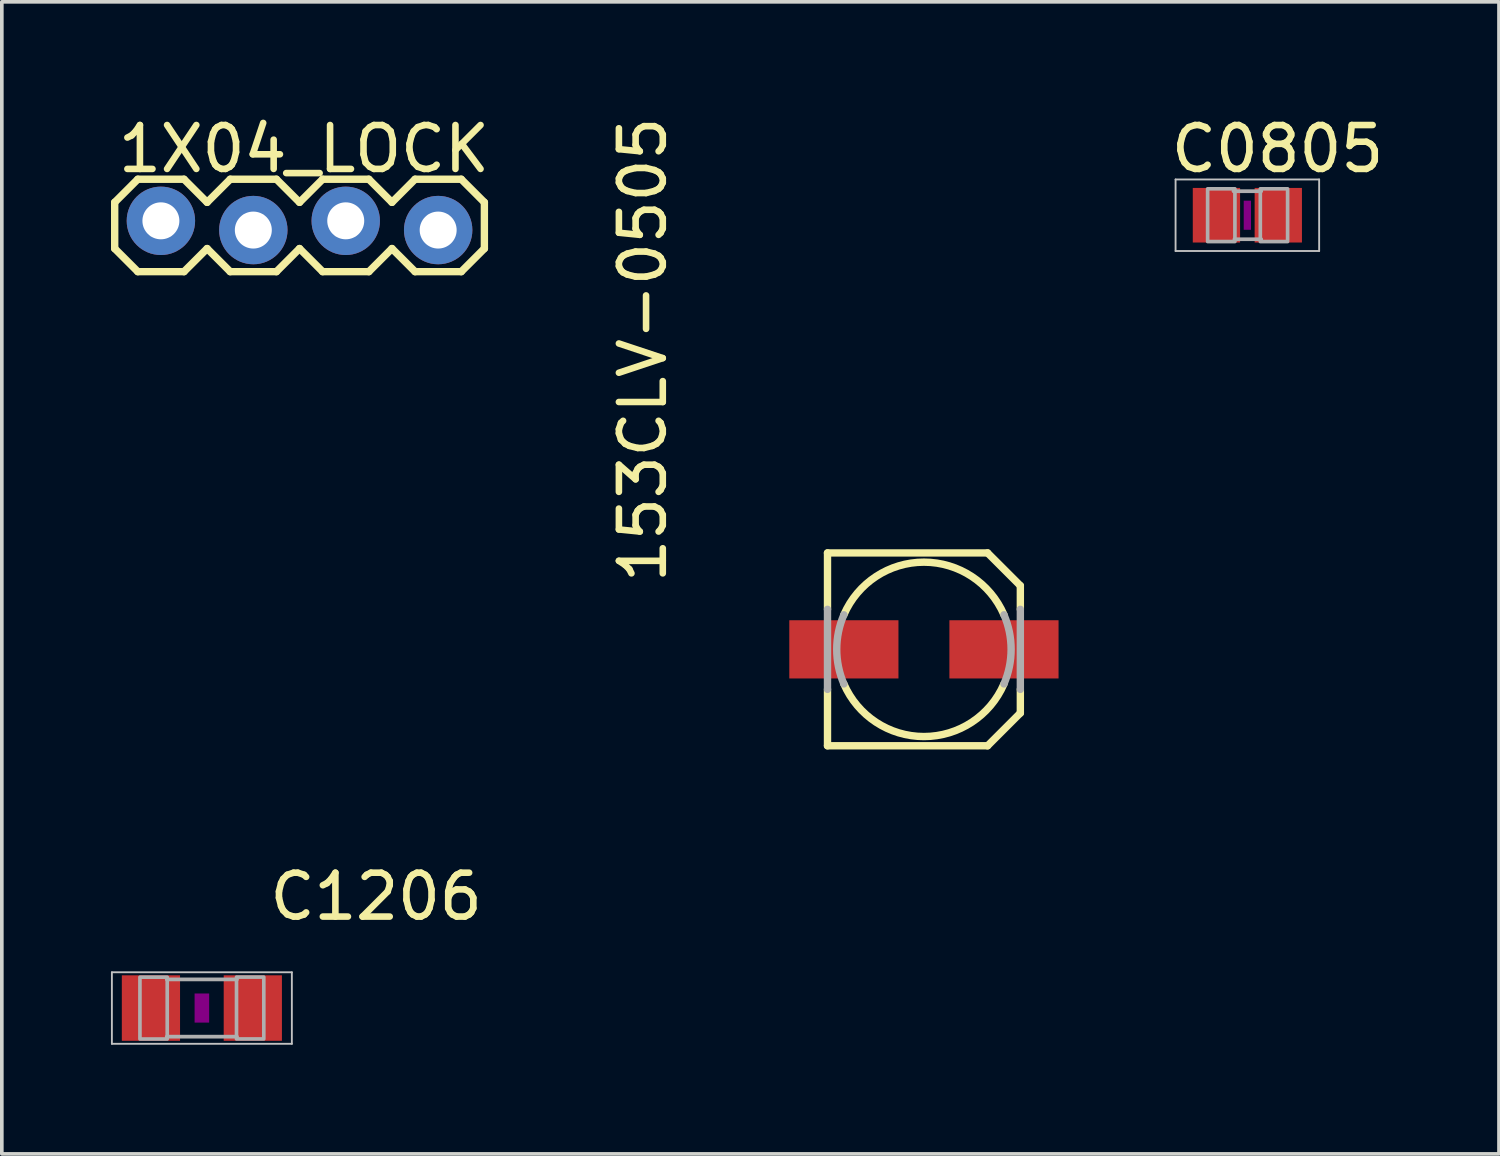
<source format=kicad_pcb>
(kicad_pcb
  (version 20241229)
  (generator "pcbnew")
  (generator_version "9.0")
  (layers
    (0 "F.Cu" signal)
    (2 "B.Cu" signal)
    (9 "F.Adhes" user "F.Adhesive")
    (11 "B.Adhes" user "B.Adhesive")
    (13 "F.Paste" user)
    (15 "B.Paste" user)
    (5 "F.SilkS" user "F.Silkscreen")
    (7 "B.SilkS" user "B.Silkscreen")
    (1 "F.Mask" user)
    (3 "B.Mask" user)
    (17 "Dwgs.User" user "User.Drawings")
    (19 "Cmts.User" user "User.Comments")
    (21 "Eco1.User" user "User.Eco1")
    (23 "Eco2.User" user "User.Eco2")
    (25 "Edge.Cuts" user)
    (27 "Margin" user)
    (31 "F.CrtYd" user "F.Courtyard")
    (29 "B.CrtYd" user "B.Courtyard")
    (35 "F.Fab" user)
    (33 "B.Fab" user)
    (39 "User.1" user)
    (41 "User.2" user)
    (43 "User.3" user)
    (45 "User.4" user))
  (footprint "C1206"
    (layer "F.Cu")
    (at 2.498 24.654)
    (property "Reference" "C1206" (at 1.77 -2.357 180) (layer "F.SilkS") (effects (font (size 1.206 1.206) (thickness 0.181)) (justify left bottom)))
    (attr through_hole)
    (fp_poly (pts (xy -0.2 0.4) (xy 0.2 0.4) (xy 0.2 -0.4) (xy -0.2 -0.4)) (stroke (width 0) (type solid)) (fill yes) (layer "F.Adhes"))
    (fp_line (start -2.473 -0.983) (end 2.473 -0.983) (stroke (width 0.051) (type solid)) (layer "Dwgs.User"))
    (fp_line (start -2.473 0.983) (end -2.473 -0.983) (stroke (width 0.051) (type solid)) (layer "Dwgs.User"))
    (fp_line (start 2.473 -0.983) (end 2.473 0.983) (stroke (width 0.051) (type solid)) (layer "Dwgs.User"))
    (fp_line (start 2.473 0.983) (end -2.473 0.983) (stroke (width 0.051) (type solid)) (layer "Dwgs.User"))
    (fp_line (start -0.965 -0.787) (end 0.965 -0.787) (stroke (width 0.102) (type solid)) (layer "F.Fab"))
    (fp_line (start -0.965 0.787) (end 0.965 0.787) (stroke (width 0.102) (type solid)) (layer "F.Fab"))
    (fp_poly (pts (xy -1.702 0.851) (xy -0.952 0.851) (xy -0.952 -0.849) (xy -1.702 -0.849)) (stroke (width 0.1) (type solid)) (fill no) (layer "F.Fab"))
    (fp_poly (pts (xy 0.952 0.849) (xy 1.702 0.849) (xy 1.702 -0.851) (xy 0.952 -0.851)) (stroke (width 0.1) (type solid)) (fill no) (layer "F.Fab"))
    (pad "1" smd rect (at -1.4 0) (size 1.6 1.8) (layers "F.Cu" "F.Mask" "F.Paste"))
    (pad "2" smd rect (at 1.4 0) (size 1.6 1.8) (layers "F.Cu" "F.Mask" "F.Paste")))
  (footprint "1X04_LOCK"
    (layer "F.Cu")
    (at 1.372 3.146)
    (property "Reference" "1X04_LOCK" (at -1.27 -1.397 0) (layer "F.SilkS") (effects (font (size 1.206 1.206) (thickness 0.181)) (justify left bottom)))
    (attr through_hole)
    (fp_line (start -1.27 -0.635) (end -1.27 0.635) (stroke (width 0.203) (type solid)) (layer "F.SilkS"))
    (fp_line (start -1.27 0.635) (end -0.635 1.27) (stroke (width 0.203) (type solid)) (layer "F.SilkS"))
    (fp_line (start -0.635 -1.27) (end -1.27 -0.635) (stroke (width 0.203) (type solid)) (layer "F.SilkS"))
    (fp_line (start -0.635 -1.27) (end 0.635 -1.27) (stroke (width 0.203) (type solid)) (layer "F.SilkS"))
    (fp_line (start 0.635 -1.27) (end 1.27 -0.635) (stroke (width 0.203) (type solid)) (layer "F.SilkS"))
    (fp_line (start 0.635 1.27) (end -0.635 1.27) (stroke (width 0.203) (type solid)) (layer "F.SilkS"))
    (fp_line (start 1.27 -0.635) (end 1.905 -1.27) (stroke (width 0.203) (type solid)) (layer "F.SilkS"))
    (fp_line (start 1.27 0.635) (end 0.635 1.27) (stroke (width 0.203) (type solid)) (layer "F.SilkS"))
    (fp_line (start 1.905 -1.27) (end 3.175 -1.27) (stroke (width 0.203) (type solid)) (layer "F.SilkS"))
    (fp_line (start 1.905 1.27) (end 1.27 0.635) (stroke (width 0.203) (type solid)) (layer "F.SilkS"))
    (fp_line (start 3.175 -1.27) (end 3.81 -0.635) (stroke (width 0.203) (type solid)) (layer "F.SilkS"))
    (fp_line (start 3.175 1.27) (end 1.905 1.27) (stroke (width 0.203) (type solid)) (layer "F.SilkS"))
    (fp_line (start 3.81 -0.635) (end 4.445 -1.27) (stroke (width 0.203) (type solid)) (layer "F.SilkS"))
    (fp_line (start 3.81 0.635) (end 3.175 1.27) (stroke (width 0.203) (type solid)) (layer "F.SilkS"))
    (fp_line (start 4.445 -1.27) (end 5.715 -1.27) (stroke (width 0.203) (type solid)) (layer "F.SilkS"))
    (fp_line (start 4.445 1.27) (end 3.81 0.635) (stroke (width 0.203) (type solid)) (layer "F.SilkS"))
    (fp_line (start 5.715 -1.27) (end 6.35 -0.635) (stroke (width 0.203) (type solid)) (layer "F.SilkS"))
    (fp_line (start 5.715 1.27) (end 4.445 1.27) (stroke (width 0.203) (type solid)) (layer "F.SilkS"))
    (fp_line (start 6.35 0.635) (end 5.715 1.27) (stroke (width 0.203) (type solid)) (layer "F.SilkS"))
    (fp_line (start 6.35 0.635) (end 6.985 1.27) (stroke (width 0.203) (type solid)) (layer "F.SilkS"))
    (fp_line (start 6.985 -1.27) (end 6.35 -0.635) (stroke (width 0.203) (type solid)) (layer "F.SilkS"))
    (fp_line (start 6.985 -1.27) (end 8.255 -1.27) (stroke (width 0.203) (type solid)) (layer "F.SilkS"))
    (fp_line (start 8.255 -1.27) (end 8.89 -0.635) (stroke (width 0.203) (type solid)) (layer "F.SilkS"))
    (fp_line (start 8.255 1.27) (end 6.985 1.27) (stroke (width 0.203) (type solid)) (layer "F.SilkS"))
    (fp_line (start 8.89 -0.635) (end 8.89 0.635) (stroke (width 0.203) (type solid)) (layer "F.SilkS"))
    (fp_line (start 8.89 0.635) (end 8.255 1.27) (stroke (width 0.203) (type solid)) (layer "F.SilkS"))
    (fp_poly (pts (xy -0.254 0.254) (xy 0.254 0.254) (xy 0.254 -0.254) (xy -0.254 -0.254)) (stroke (width 0.1) (type solid)) (fill no) (layer "F.Fab"))
    (fp_poly (pts (xy 2.286 0.254) (xy 2.794 0.254) (xy 2.794 -0.254) (xy 2.286 -0.254)) (stroke (width 0.1) (type solid)) (fill no) (layer "F.Fab"))
    (fp_poly (pts (xy 4.826 0.254) (xy 5.334 0.254) (xy 5.334 -0.254) (xy 4.826 -0.254)) (stroke (width 0.1) (type solid)) (fill no) (layer "F.Fab"))
    (fp_poly (pts (xy 7.366 0.254) (xy 7.874 0.254) (xy 7.874 -0.254) (xy 7.366 -0.254)) (stroke (width 0.1) (type solid)) (fill no) (layer "F.Fab"))
    (pad "1" thru_hole circle (at 0 -0.127 90) (size 1.88 1.88) (drill 1.016) (layers "*.Cu" "*.Mask"))
    (pad "2" thru_hole circle (at 2.54 0.127 90) (size 1.88 1.88) (drill 1.016) (layers "*.Cu" "*.Mask"))
    (pad "3" thru_hole circle (at 5.08 -0.127 90) (size 1.88 1.88) (drill 1.016) (layers "*.Cu" "*.Mask"))
    (pad "4" thru_hole circle (at 7.62 0.127 90) (size 1.88 1.88) (drill 1.016) (layers "*.Cu" "*.Mask")))
  (footprint "153CLV-0505"
    (layer "F.Cu")
    (at 22.342 14.796)
    (property "Reference" "153CLV-0505" (at -7.02 -1.74 90) (layer "F.SilkS") (effects (font (size 1.206 1.206) (thickness 0.181)) (justify left bottom)))
    (attr through_hole)
    (fp_line (start -2.65 -2.65) (end 1.75 -2.65) (stroke (width 0.203) (type solid)) (layer "F.SilkS"))
    (fp_line (start -2.65 -1.1) (end -2.65 -2.65) (stroke (width 0.203) (type solid)) (layer "F.SilkS"))
    (fp_line (start -2.65 2.65) (end -2.65 1.1) (stroke (width 0.203) (type solid)) (layer "F.SilkS"))
    (fp_line (start 1.75 -2.65) (end 2.65 -1.75) (stroke (width 0.203) (type solid)) (layer "F.SilkS"))
    (fp_line (start 1.75 2.65) (end -2.65 2.65) (stroke (width 0.203) (type solid)) (layer "F.SilkS"))
    (fp_line (start 2.65 -1.75) (end 2.65 -1.1) (stroke (width 0.203) (type solid)) (layer "F.SilkS"))
    (fp_line (start 2.65 1.1) (end 2.65 1.75) (stroke (width 0.203) (type solid)) (layer "F.SilkS"))
    (fp_line (start 2.65 1.75) (end 1.75 2.65) (stroke (width 0.203) (type solid)) (layer "F.SilkS"))
    (fp_arc (start -2.2 -0.95) (mid 0 -2.396351) (end 2.2 -0.95) (stroke (width 0.2032) (type solid)) (layer "F.SilkS"))
    (fp_arc (start 2.2 0.95) (mid 0 2.396351) (end -2.2 0.95) (stroke (width 0.2032) (type solid)) (layer "F.SilkS"))
    (fp_line (start -2.65 1.1) (end -2.65 -1.1) (stroke (width 0.203) (type solid)) (layer "F.Fab"))
    (fp_line (start 2.65 -1.1) (end 2.65 1.1) (stroke (width 0.203) (type solid)) (layer "F.Fab"))
    (fp_arc (start -2.2 0.95) (mid -2.396351 0) (end -2.2 -0.95) (stroke (width 0.2032) (type solid)) (layer "F.Fab"))
    (fp_arc (start 2.2 -0.95) (mid 2.396351 0) (end 2.2 0.95) (stroke (width 0.2032) (type solid)) (layer "F.Fab"))
    (pad "+" smd rect (at 2.2 0) (size 3 1.6) (layers "F.Cu" "F.Mask" "F.Paste"))
    (pad "-" smd rect (at -2.2 0) (size 3 1.6) (layers "F.Cu" "F.Mask" "F.Paste")))
  (footprint "C0805"
    (layer "F.Cu")
    (at 31.231 2.865)
    (property "Reference" "C0805" (at -2.189 -1.116 0) (layer "F.SilkS") (effects (font (size 1.206 1.206) (thickness 0.181)) (justify left bottom)))
    (attr through_hole)
    (fp_poly (pts (xy -0.1 0.4) (xy 0.1 0.4) (xy 0.1 -0.4) (xy -0.1 -0.4)) (stroke (width 0) (type solid)) (fill yes) (layer "F.Adhes"))
    (fp_line (start -1.973 -0.983) (end 1.973 -0.983) (stroke (width 0.051) (type solid)) (layer "Dwgs.User"))
    (fp_line (start -1.973 0.983) (end -1.973 -0.983) (stroke (width 0.051) (type solid)) (layer "Dwgs.User"))
    (fp_line (start 1.973 -0.983) (end 1.973 0.983) (stroke (width 0.051) (type solid)) (layer "Dwgs.User"))
    (fp_line (start 1.973 0.983) (end -1.973 0.983) (stroke (width 0.051) (type solid)) (layer "Dwgs.User"))
    (fp_line (start -0.381 -0.66) (end 0.381 -0.66) (stroke (width 0.102) (type solid)) (layer "F.Fab"))
    (fp_line (start -0.356 0.66) (end 0.381 0.66) (stroke (width 0.102) (type solid)) (layer "F.Fab"))
    (fp_poly (pts (xy -1.092 0.724) (xy -0.342 0.724) (xy -0.342 -0.726) (xy -1.092 -0.726)) (stroke (width 0.1) (type solid)) (fill no) (layer "F.Fab"))
    (fp_poly (pts (xy 0.356 0.724) (xy 1.106 0.724) (xy 1.106 -0.726) (xy 0.356 -0.726)) (stroke (width 0.1) (type solid)) (fill no) (layer "F.Fab"))
    (pad "1" smd rect (at -0.85 0) (size 1.3 1.5) (layers "F.Cu" "F.Mask" "F.Paste"))
    (pad "2" smd rect (at 0.85 0) (size 1.3 1.5) (layers "F.Cu" "F.Mask" "F.Paste")))
  (gr_rect
    (start -3 -3)
    (end 38.146 28.662)
    (stroke (width 0.1) (type default))
    (fill no)
    (layer "Edge.Cuts")))
</source>
